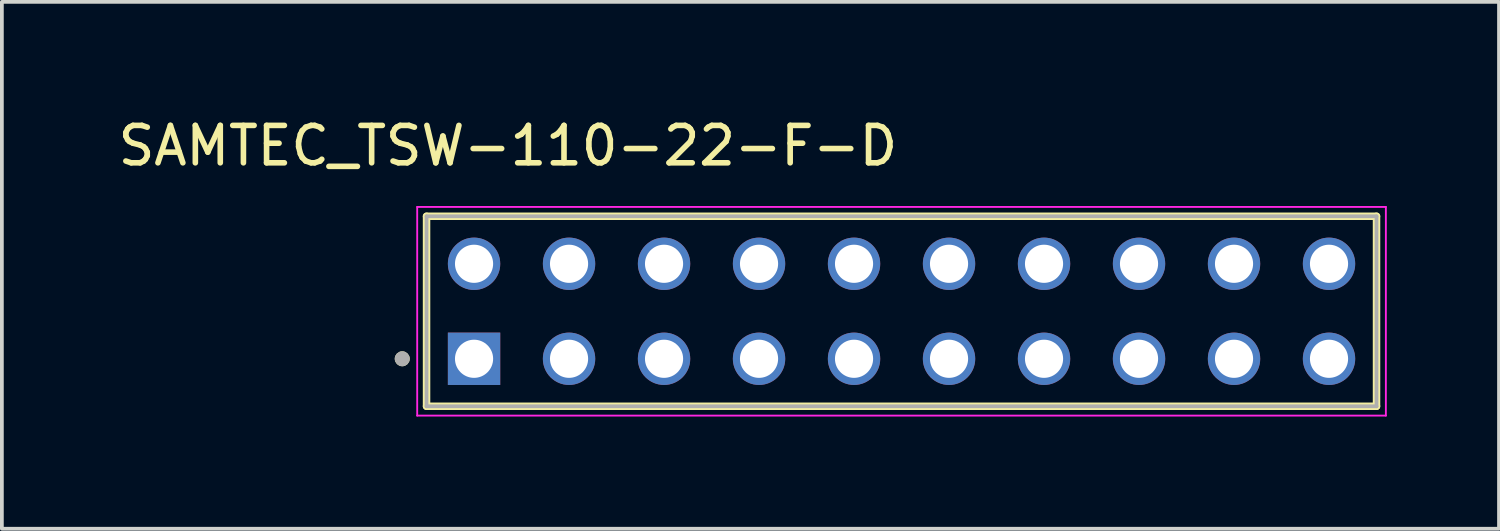
<source format=kicad_pcb>
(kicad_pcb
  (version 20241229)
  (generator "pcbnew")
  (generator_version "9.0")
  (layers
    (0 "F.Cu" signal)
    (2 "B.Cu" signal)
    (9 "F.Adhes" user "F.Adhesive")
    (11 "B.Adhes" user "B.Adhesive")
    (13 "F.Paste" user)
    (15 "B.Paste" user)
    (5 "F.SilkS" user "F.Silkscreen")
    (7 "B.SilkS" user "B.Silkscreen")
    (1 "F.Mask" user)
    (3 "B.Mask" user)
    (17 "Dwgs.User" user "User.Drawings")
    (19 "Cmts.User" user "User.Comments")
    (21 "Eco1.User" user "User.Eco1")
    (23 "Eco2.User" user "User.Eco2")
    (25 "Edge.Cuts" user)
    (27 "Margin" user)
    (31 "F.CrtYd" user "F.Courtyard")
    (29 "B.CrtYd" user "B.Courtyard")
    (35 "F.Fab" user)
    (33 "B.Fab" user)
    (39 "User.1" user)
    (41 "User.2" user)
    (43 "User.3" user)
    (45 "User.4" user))
  (footprint "SAMTEC_TSW-110-22-F-D"
    (layer "F.Cu")
    (at 9.625 6.543)
    (property "Reference" "SAMTEC_TSW-110-22-F-D" (at 0.905 -5.695 0) (layer "F.SilkS") (effects (font (size 1 1) (thickness 0.15))))
    (attr through_hole)
    (fp_line (start -1.27 1.27) (end -1.27 -3.81) (stroke (width 0.2) (type solid)) (layer "F.SilkS"))
    (fp_line (start 24.13 -3.81) (end -1.27 -3.81) (stroke (width 0.2) (type solid)) (layer "F.SilkS"))
    (fp_line (start 24.13 -3.81) (end 24.13 1.27) (stroke (width 0.2) (type solid)) (layer "F.SilkS"))
    (fp_line (start 24.13 1.27) (end -1.27 1.27) (stroke (width 0.2) (type solid)) (layer "F.SilkS"))
    (fp_circle (center -1.92 0) (end -1.82 0) (stroke (width 0.2) (type solid)) (fill no) (layer "F.SilkS"))
    (fp_line (start -1.52 -4.06) (end 24.38 -4.06) (stroke (width 0.05) (type solid)) (layer "F.CrtYd"))
    (fp_line (start -1.52 1.52) (end -1.52 -4.06) (stroke (width 0.05) (type solid)) (layer "F.CrtYd"))
    (fp_line (start 24.38 -4.06) (end 24.38 1.52) (stroke (width 0.05) (type solid)) (layer "F.CrtYd"))
    (fp_line (start 24.38 1.52) (end -1.52 1.52) (stroke (width 0.05) (type solid)) (layer "F.CrtYd"))
    (fp_line (start -1.27 -3.81) (end 24.13 -3.81) (stroke (width 0.1) (type solid)) (layer "F.Fab"))
    (fp_line (start -1.27 1.27) (end -1.27 -3.81) (stroke (width 0.1) (type solid)) (layer "F.Fab"))
    (fp_line (start 24.13 -3.81) (end 24.13 1.27) (stroke (width 0.1) (type solid)) (layer "F.Fab"))
    (fp_line (start 24.13 1.27) (end -1.27 1.27) (stroke (width 0.1) (type solid)) (layer "F.Fab"))
    (fp_circle (center -1.92 0) (end -1.82 0) (stroke (width 0.2) (type solid)) (fill no) (layer "F.Fab"))
    (pad "01" thru_hole rect (at 0 0) (size 1.4 1.4) (drill 1.02) (layers "*.Cu" "*.Mask"))
    (pad "02" thru_hole circle (at 0 -2.54) (size 1.4 1.4) (drill 1.02) (layers "*.Cu" "*.Mask"))
    (pad "03" thru_hole circle (at 2.54 0) (size 1.4 1.4) (drill 1.02) (layers "*.Cu" "*.Mask"))
    (pad "04" thru_hole circle (at 2.54 -2.54) (size 1.4 1.4) (drill 1.02) (layers "*.Cu" "*.Mask"))
    (pad "05" thru_hole circle (at 5.08 0) (size 1.4 1.4) (drill 1.02) (layers "*.Cu" "*.Mask"))
    (pad "06" thru_hole circle (at 5.08 -2.54) (size 1.4 1.4) (drill 1.02) (layers "*.Cu" "*.Mask"))
    (pad "07" thru_hole circle (at 7.62 0) (size 1.4 1.4) (drill 1.02) (layers "*.Cu" "*.Mask"))
    (pad "08" thru_hole circle (at 7.62 -2.54) (size 1.4 1.4) (drill 1.02) (layers "*.Cu" "*.Mask"))
    (pad "09" thru_hole circle (at 10.16 0) (size 1.4 1.4) (drill 1.02) (layers "*.Cu" "*.Mask"))
    (pad "10" thru_hole circle (at 10.16 -2.54) (size 1.4 1.4) (drill 1.02) (layers "*.Cu" "*.Mask"))
    (pad "11" thru_hole circle (at 12.7 0) (size 1.4 1.4) (drill 1.02) (layers "*.Cu" "*.Mask"))
    (pad "12" thru_hole circle (at 12.7 -2.54) (size 1.4 1.4) (drill 1.02) (layers "*.Cu" "*.Mask"))
    (pad "13" thru_hole circle (at 15.24 0) (size 1.4 1.4) (drill 1.02) (layers "*.Cu" "*.Mask"))
    (pad "14" thru_hole circle (at 15.24 -2.54) (size 1.4 1.4) (drill 1.02) (layers "*.Cu" "*.Mask"))
    (pad "15" thru_hole circle (at 17.78 0) (size 1.4 1.4) (drill 1.02) (layers "*.Cu" "*.Mask"))
    (pad "16" thru_hole circle (at 17.78 -2.54) (size 1.4 1.4) (drill 1.02) (layers "*.Cu" "*.Mask"))
    (pad "17" thru_hole circle (at 20.32 0) (size 1.4 1.4) (drill 1.02) (layers "*.Cu" "*.Mask"))
    (pad "18" thru_hole circle (at 20.32 -2.54) (size 1.4 1.4) (drill 1.02) (layers "*.Cu" "*.Mask"))
    (pad "19" thru_hole circle (at 22.86 0) (size 1.4 1.4) (drill 1.02) (layers "*.Cu" "*.Mask"))
    (pad "20" thru_hole circle (at 22.86 -2.54) (size 1.4 1.4) (drill 1.02) (layers "*.Cu" "*.Mask")))
  (gr_rect
    (start -3 -3)
    (end 37.03 11.088)
    (stroke (width 0.1) (type default))
    (fill no)
    (layer "Edge.Cuts")))
</source>
